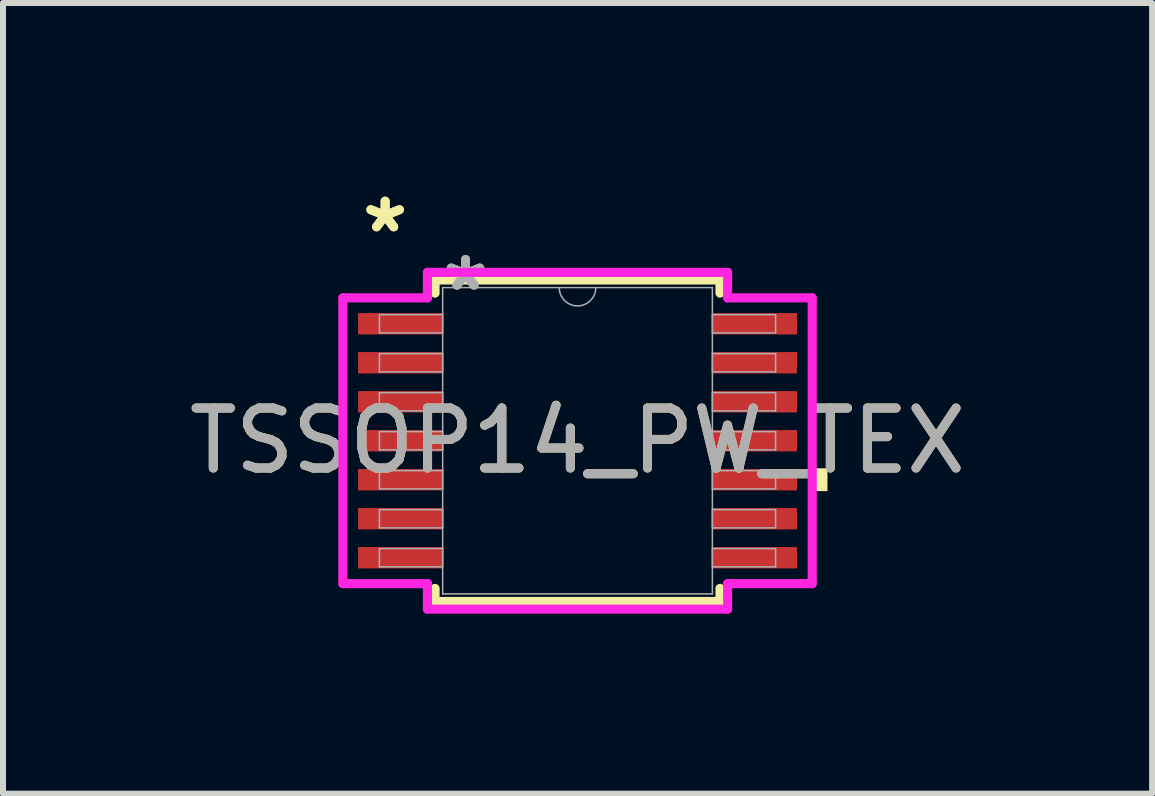
<source format=kicad_pcb>
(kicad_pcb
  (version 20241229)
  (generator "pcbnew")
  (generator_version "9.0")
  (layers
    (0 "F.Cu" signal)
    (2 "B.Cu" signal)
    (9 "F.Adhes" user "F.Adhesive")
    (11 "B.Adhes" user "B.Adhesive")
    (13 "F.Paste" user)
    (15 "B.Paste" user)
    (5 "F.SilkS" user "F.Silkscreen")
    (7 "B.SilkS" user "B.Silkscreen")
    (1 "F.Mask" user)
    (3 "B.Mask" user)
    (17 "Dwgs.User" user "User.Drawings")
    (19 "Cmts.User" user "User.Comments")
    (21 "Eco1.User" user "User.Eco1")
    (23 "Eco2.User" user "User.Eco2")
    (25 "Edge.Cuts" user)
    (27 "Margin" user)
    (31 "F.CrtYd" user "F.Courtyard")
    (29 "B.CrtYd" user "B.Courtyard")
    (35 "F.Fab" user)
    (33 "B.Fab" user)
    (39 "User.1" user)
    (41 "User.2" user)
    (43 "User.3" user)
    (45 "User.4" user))
  (footprint "TSSOP14_PW_TEX"
    (layer "F.Cu")
    (at 6.577 4.297)
    (property "Reference" "TSSOP14_PW_TEX" (at 0 0 0) (unlocked yes) (layer "F.SilkS") (effects (font (size 1 1) (thickness 0.15))))
    (attr smd)
    (fp_line (start -2.375 -2.68) (end -2.375 -2.461) (stroke (width 0.152) (type solid)) (layer "F.SilkS"))
    (fp_line (start -2.375 2.461) (end -2.375 2.68) (stroke (width 0.152) (type solid)) (layer "F.SilkS"))
    (fp_line (start -2.375 2.68) (end 2.375 2.68) (stroke (width 0.152) (type solid)) (layer "F.SilkS"))
    (fp_line (start 2.375 -2.68) (end -2.375 -2.68) (stroke (width 0.152) (type solid)) (layer "F.SilkS"))
    (fp_line (start 2.375 -2.461) (end 2.375 -2.68) (stroke (width 0.152) (type solid)) (layer "F.SilkS"))
    (fp_line (start 2.375 2.68) (end 2.375 2.461) (stroke (width 0.152) (type solid)) (layer "F.SilkS"))
    (fp_poly (pts (xy 4.166 0.459) (xy 4.166 0.84) (xy 3.912 0.84) (xy 3.912 0.459)) (stroke (width 0) (type solid)) (fill yes) (layer "F.SilkS"))
    (fp_line (start -3.912 -2.382) (end -2.502 -2.382) (stroke (width 0.152) (type solid)) (layer "F.CrtYd"))
    (fp_line (start -3.912 2.382) (end -3.912 -2.382) (stroke (width 0.152) (type solid)) (layer "F.CrtYd"))
    (fp_line (start -3.912 2.382) (end -2.502 2.382) (stroke (width 0.152) (type solid)) (layer "F.CrtYd"))
    (fp_line (start -2.502 -2.807) (end 2.502 -2.807) (stroke (width 0.152) (type solid)) (layer "F.CrtYd"))
    (fp_line (start -2.502 -2.382) (end -2.502 -2.807) (stroke (width 0.152) (type solid)) (layer "F.CrtYd"))
    (fp_line (start -2.502 2.807) (end -2.502 2.382) (stroke (width 0.152) (type solid)) (layer "F.CrtYd"))
    (fp_line (start 2.502 -2.807) (end 2.502 -2.382) (stroke (width 0.152) (type solid)) (layer "F.CrtYd"))
    (fp_line (start 2.502 2.382) (end 2.502 2.807) (stroke (width 0.152) (type solid)) (layer "F.CrtYd"))
    (fp_line (start 2.502 2.807) (end -2.502 2.807) (stroke (width 0.152) (type solid)) (layer "F.CrtYd"))
    (fp_line (start 3.912 -2.382) (end 2.502 -2.382) (stroke (width 0.152) (type solid)) (layer "F.CrtYd"))
    (fp_line (start 3.912 -2.382) (end 3.912 2.382) (stroke (width 0.152) (type solid)) (layer "F.CrtYd"))
    (fp_line (start 3.912 2.382) (end 2.502 2.382) (stroke (width 0.152) (type solid)) (layer "F.CrtYd"))
    (fp_line (start -3.302 -2.102) (end -3.302 -1.798) (stroke (width 0.025) (type solid)) (layer "F.Fab"))
    (fp_line (start -3.302 -1.798) (end -2.248 -1.798) (stroke (width 0.025) (type solid)) (layer "F.Fab"))
    (fp_line (start -3.302 -1.452) (end -3.302 -1.148) (stroke (width 0.025) (type solid)) (layer "F.Fab"))
    (fp_line (start -3.302 -1.148) (end -2.248 -1.148) (stroke (width 0.025) (type solid)) (layer "F.Fab"))
    (fp_line (start -3.302 -0.802) (end -3.302 -0.498) (stroke (width 0.025) (type solid)) (layer "F.Fab"))
    (fp_line (start -3.302 -0.498) (end -2.248 -0.498) (stroke (width 0.025) (type solid)) (layer "F.Fab"))
    (fp_line (start -3.302 -0.152) (end -3.302 0.152) (stroke (width 0.025) (type solid)) (layer "F.Fab"))
    (fp_line (start -3.302 0.152) (end -2.248 0.152) (stroke (width 0.025) (type solid)) (layer "F.Fab"))
    (fp_line (start -3.302 0.498) (end -3.302 0.802) (stroke (width 0.025) (type solid)) (layer "F.Fab"))
    (fp_line (start -3.302 0.802) (end -2.248 0.802) (stroke (width 0.025) (type solid)) (layer "F.Fab"))
    (fp_line (start -3.302 1.148) (end -3.302 1.452) (stroke (width 0.025) (type solid)) (layer "F.Fab"))
    (fp_line (start -3.302 1.452) (end -2.248 1.452) (stroke (width 0.025) (type solid)) (layer "F.Fab"))
    (fp_line (start -3.302 1.798) (end -3.302 2.102) (stroke (width 0.025) (type solid)) (layer "F.Fab"))
    (fp_line (start -3.302 2.102) (end -2.248 2.102) (stroke (width 0.025) (type solid)) (layer "F.Fab"))
    (fp_line (start -2.248 -2.553) (end -2.248 2.553) (stroke (width 0.025) (type solid)) (layer "F.Fab"))
    (fp_line (start -2.248 -2.102) (end -3.302 -2.102) (stroke (width 0.025) (type solid)) (layer "F.Fab"))
    (fp_line (start -2.248 -1.798) (end -2.248 -2.102) (stroke (width 0.025) (type solid)) (layer "F.Fab"))
    (fp_line (start -2.248 -1.452) (end -3.302 -1.452) (stroke (width 0.025) (type solid)) (layer "F.Fab"))
    (fp_line (start -2.248 -1.148) (end -2.248 -1.452) (stroke (width 0.025) (type solid)) (layer "F.Fab"))
    (fp_line (start -2.248 -0.802) (end -3.302 -0.802) (stroke (width 0.025) (type solid)) (layer "F.Fab"))
    (fp_line (start -2.248 -0.498) (end -2.248 -0.802) (stroke (width 0.025) (type solid)) (layer "F.Fab"))
    (fp_line (start -2.248 -0.152) (end -3.302 -0.152) (stroke (width 0.025) (type solid)) (layer "F.Fab"))
    (fp_line (start -2.248 0.152) (end -2.248 -0.152) (stroke (width 0.025) (type solid)) (layer "F.Fab"))
    (fp_line (start -2.248 0.498) (end -3.302 0.498) (stroke (width 0.025) (type solid)) (layer "F.Fab"))
    (fp_line (start -2.248 0.802) (end -2.248 0.498) (stroke (width 0.025) (type solid)) (layer "F.Fab"))
    (fp_line (start -2.248 1.148) (end -3.302 1.148) (stroke (width 0.025) (type solid)) (layer "F.Fab"))
    (fp_line (start -2.248 1.452) (end -2.248 1.148) (stroke (width 0.025) (type solid)) (layer "F.Fab"))
    (fp_line (start -2.248 1.798) (end -3.302 1.798) (stroke (width 0.025) (type solid)) (layer "F.Fab"))
    (fp_line (start -2.248 2.102) (end -2.248 1.798) (stroke (width 0.025) (type solid)) (layer "F.Fab"))
    (fp_line (start -2.248 2.553) (end 2.248 2.553) (stroke (width 0.025) (type solid)) (layer "F.Fab"))
    (fp_line (start 2.248 -2.553) (end -2.248 -2.553) (stroke (width 0.025) (type solid)) (layer "F.Fab"))
    (fp_line (start 2.248 -2.102) (end 2.248 -1.798) (stroke (width 0.025) (type solid)) (layer "F.Fab"))
    (fp_line (start 2.248 -1.798) (end 3.302 -1.798) (stroke (width 0.025) (type solid)) (layer "F.Fab"))
    (fp_line (start 2.248 -1.452) (end 2.248 -1.148) (stroke (width 0.025) (type solid)) (layer "F.Fab"))
    (fp_line (start 2.248 -1.148) (end 3.302 -1.148) (stroke (width 0.025) (type solid)) (layer "F.Fab"))
    (fp_line (start 2.248 -0.802) (end 2.248 -0.498) (stroke (width 0.025) (type solid)) (layer "F.Fab"))
    (fp_line (start 2.248 -0.498) (end 3.302 -0.498) (stroke (width 0.025) (type solid)) (layer "F.Fab"))
    (fp_line (start 2.248 -0.152) (end 2.248 0.152) (stroke (width 0.025) (type solid)) (layer "F.Fab"))
    (fp_line (start 2.248 0.152) (end 3.302 0.152) (stroke (width 0.025) (type solid)) (layer "F.Fab"))
    (fp_line (start 2.248 0.498) (end 2.248 0.802) (stroke (width 0.025) (type solid)) (layer "F.Fab"))
    (fp_line (start 2.248 0.802) (end 3.302 0.802) (stroke (width 0.025) (type solid)) (layer "F.Fab"))
    (fp_line (start 2.248 1.148) (end 2.248 1.452) (stroke (width 0.025) (type solid)) (layer "F.Fab"))
    (fp_line (start 2.248 1.452) (end 3.302 1.452) (stroke (width 0.025) (type solid)) (layer "F.Fab"))
    (fp_line (start 2.248 1.798) (end 2.248 2.102) (stroke (width 0.025) (type solid)) (layer "F.Fab"))
    (fp_line (start 2.248 2.102) (end 3.302 2.102) (stroke (width 0.025) (type solid)) (layer "F.Fab"))
    (fp_line (start 2.248 2.553) (end 2.248 -2.553) (stroke (width 0.025) (type solid)) (layer "F.Fab"))
    (fp_line (start 3.302 -2.102) (end 2.248 -2.102) (stroke (width 0.025) (type solid)) (layer "F.Fab"))
    (fp_line (start 3.302 -1.798) (end 3.302 -2.102) (stroke (width 0.025) (type solid)) (layer "F.Fab"))
    (fp_line (start 3.302 -1.452) (end 2.248 -1.452) (stroke (width 0.025) (type solid)) (layer "F.Fab"))
    (fp_line (start 3.302 -1.148) (end 3.302 -1.452) (stroke (width 0.025) (type solid)) (layer "F.Fab"))
    (fp_line (start 3.302 -0.802) (end 2.248 -0.802) (stroke (width 0.025) (type solid)) (layer "F.Fab"))
    (fp_line (start 3.302 -0.498) (end 3.302 -0.802) (stroke (width 0.025) (type solid)) (layer "F.Fab"))
    (fp_line (start 3.302 -0.152) (end 2.248 -0.152) (stroke (width 0.025) (type solid)) (layer "F.Fab"))
    (fp_line (start 3.302 0.152) (end 3.302 -0.152) (stroke (width 0.025) (type solid)) (layer "F.Fab"))
    (fp_line (start 3.302 0.498) (end 2.248 0.498) (stroke (width 0.025) (type solid)) (layer "F.Fab"))
    (fp_line (start 3.302 0.802) (end 3.302 0.498) (stroke (width 0.025) (type solid)) (layer "F.Fab"))
    (fp_line (start 3.302 1.148) (end 2.248 1.148) (stroke (width 0.025) (type solid)) (layer "F.Fab"))
    (fp_line (start 3.302 1.452) (end 3.302 1.148) (stroke (width 0.025) (type solid)) (layer "F.Fab"))
    (fp_line (start 3.302 1.798) (end 2.248 1.798) (stroke (width 0.025) (type solid)) (layer "F.Fab"))
    (fp_line (start 3.302 2.102) (end 3.302 1.798) (stroke (width 0.025) (type solid)) (layer "F.Fab"))
    (fp_arc (start 0.3048 -2.5527) (mid 0 -2.2479) (end -0.3048 -2.5527) (stroke (width 0.0254) (type solid)) (layer "F.Fab"))
    (fp_text user "*" (at -3.207 -3.449 0) (unlocked yes) (layer "F.SilkS") (effects (font (size 1 1) (thickness 0.15))))
    (fp_text user "*" (at -3.207 -3.449 0) (layer "F.SilkS") (effects (font (size 1 1) (thickness 0.15))))
    (fp_text user "*" (at -1.867 -2.477 0) (layer "F.Fab") (effects (font (size 1 1) (thickness 0.15))))
    (fp_text user "*" (at -1.867 -2.477 0) (unlocked yes) (layer "F.Fab") (effects (font (size 1 1) (thickness 0.15))))
    (fp_text user "${REFERENCE}" (at 0 0 0) (unlocked yes) (layer "F.Fab") (effects (font (size 1 1) (thickness 0.15))))
    (pad "1" smd rect (at -2.953 -1.95) (size 1.41 0.356) (layers "F.Cu" "F.Mask" "F.Paste"))
    (pad "2" smd rect (at -2.953 -1.3) (size 1.41 0.356) (layers "F.Cu" "F.Mask" "F.Paste"))
    (pad "3" smd rect (at -2.953 -0.65) (size 1.41 0.356) (layers "F.Cu" "F.Mask" "F.Paste"))
    (pad "4" smd rect (at -2.953 0) (size 1.41 0.356) (layers "F.Cu" "F.Mask" "F.Paste"))
    (pad "5" smd rect (at -2.953 0.65) (size 1.41 0.356) (layers "F.Cu" "F.Mask" "F.Paste"))
    (pad "6" smd rect (at -2.953 1.3) (size 1.41 0.356) (layers "F.Cu" "F.Mask" "F.Paste"))
    (pad "7" smd rect (at -2.953 1.95) (size 1.41 0.356) (layers "F.Cu" "F.Mask" "F.Paste"))
    (pad "8" smd rect (at 2.953 1.95) (size 1.41 0.356) (layers "F.Cu" "F.Mask" "F.Paste"))
    (pad "9" smd rect (at 2.953 1.3) (size 1.41 0.356) (layers "F.Cu" "F.Mask" "F.Paste"))
    (pad "10" smd rect (at 2.953 0.65) (size 1.41 0.356) (layers "F.Cu" "F.Mask" "F.Paste"))
    (pad "11" smd rect (at 2.953 0) (size 1.41 0.356) (layers "F.Cu" "F.Mask" "F.Paste"))
    (pad "12" smd rect (at 2.953 -0.65) (size 1.41 0.356) (layers "F.Cu" "F.Mask" "F.Paste"))
    (pad "13" smd rect (at 2.953 -1.3) (size 1.41 0.356) (layers "F.Cu" "F.Mask" "F.Paste"))
    (pad "14" smd rect (at 2.953 -1.95) (size 1.41 0.356) (layers "F.Cu" "F.Mask" "F.Paste")))
  (gr_rect
    (start -3 -3)
    (end 16.155 10.18)
    (stroke (width 0.1) (type default))
    (fill no)
    (layer "Edge.Cuts")))
</source>
